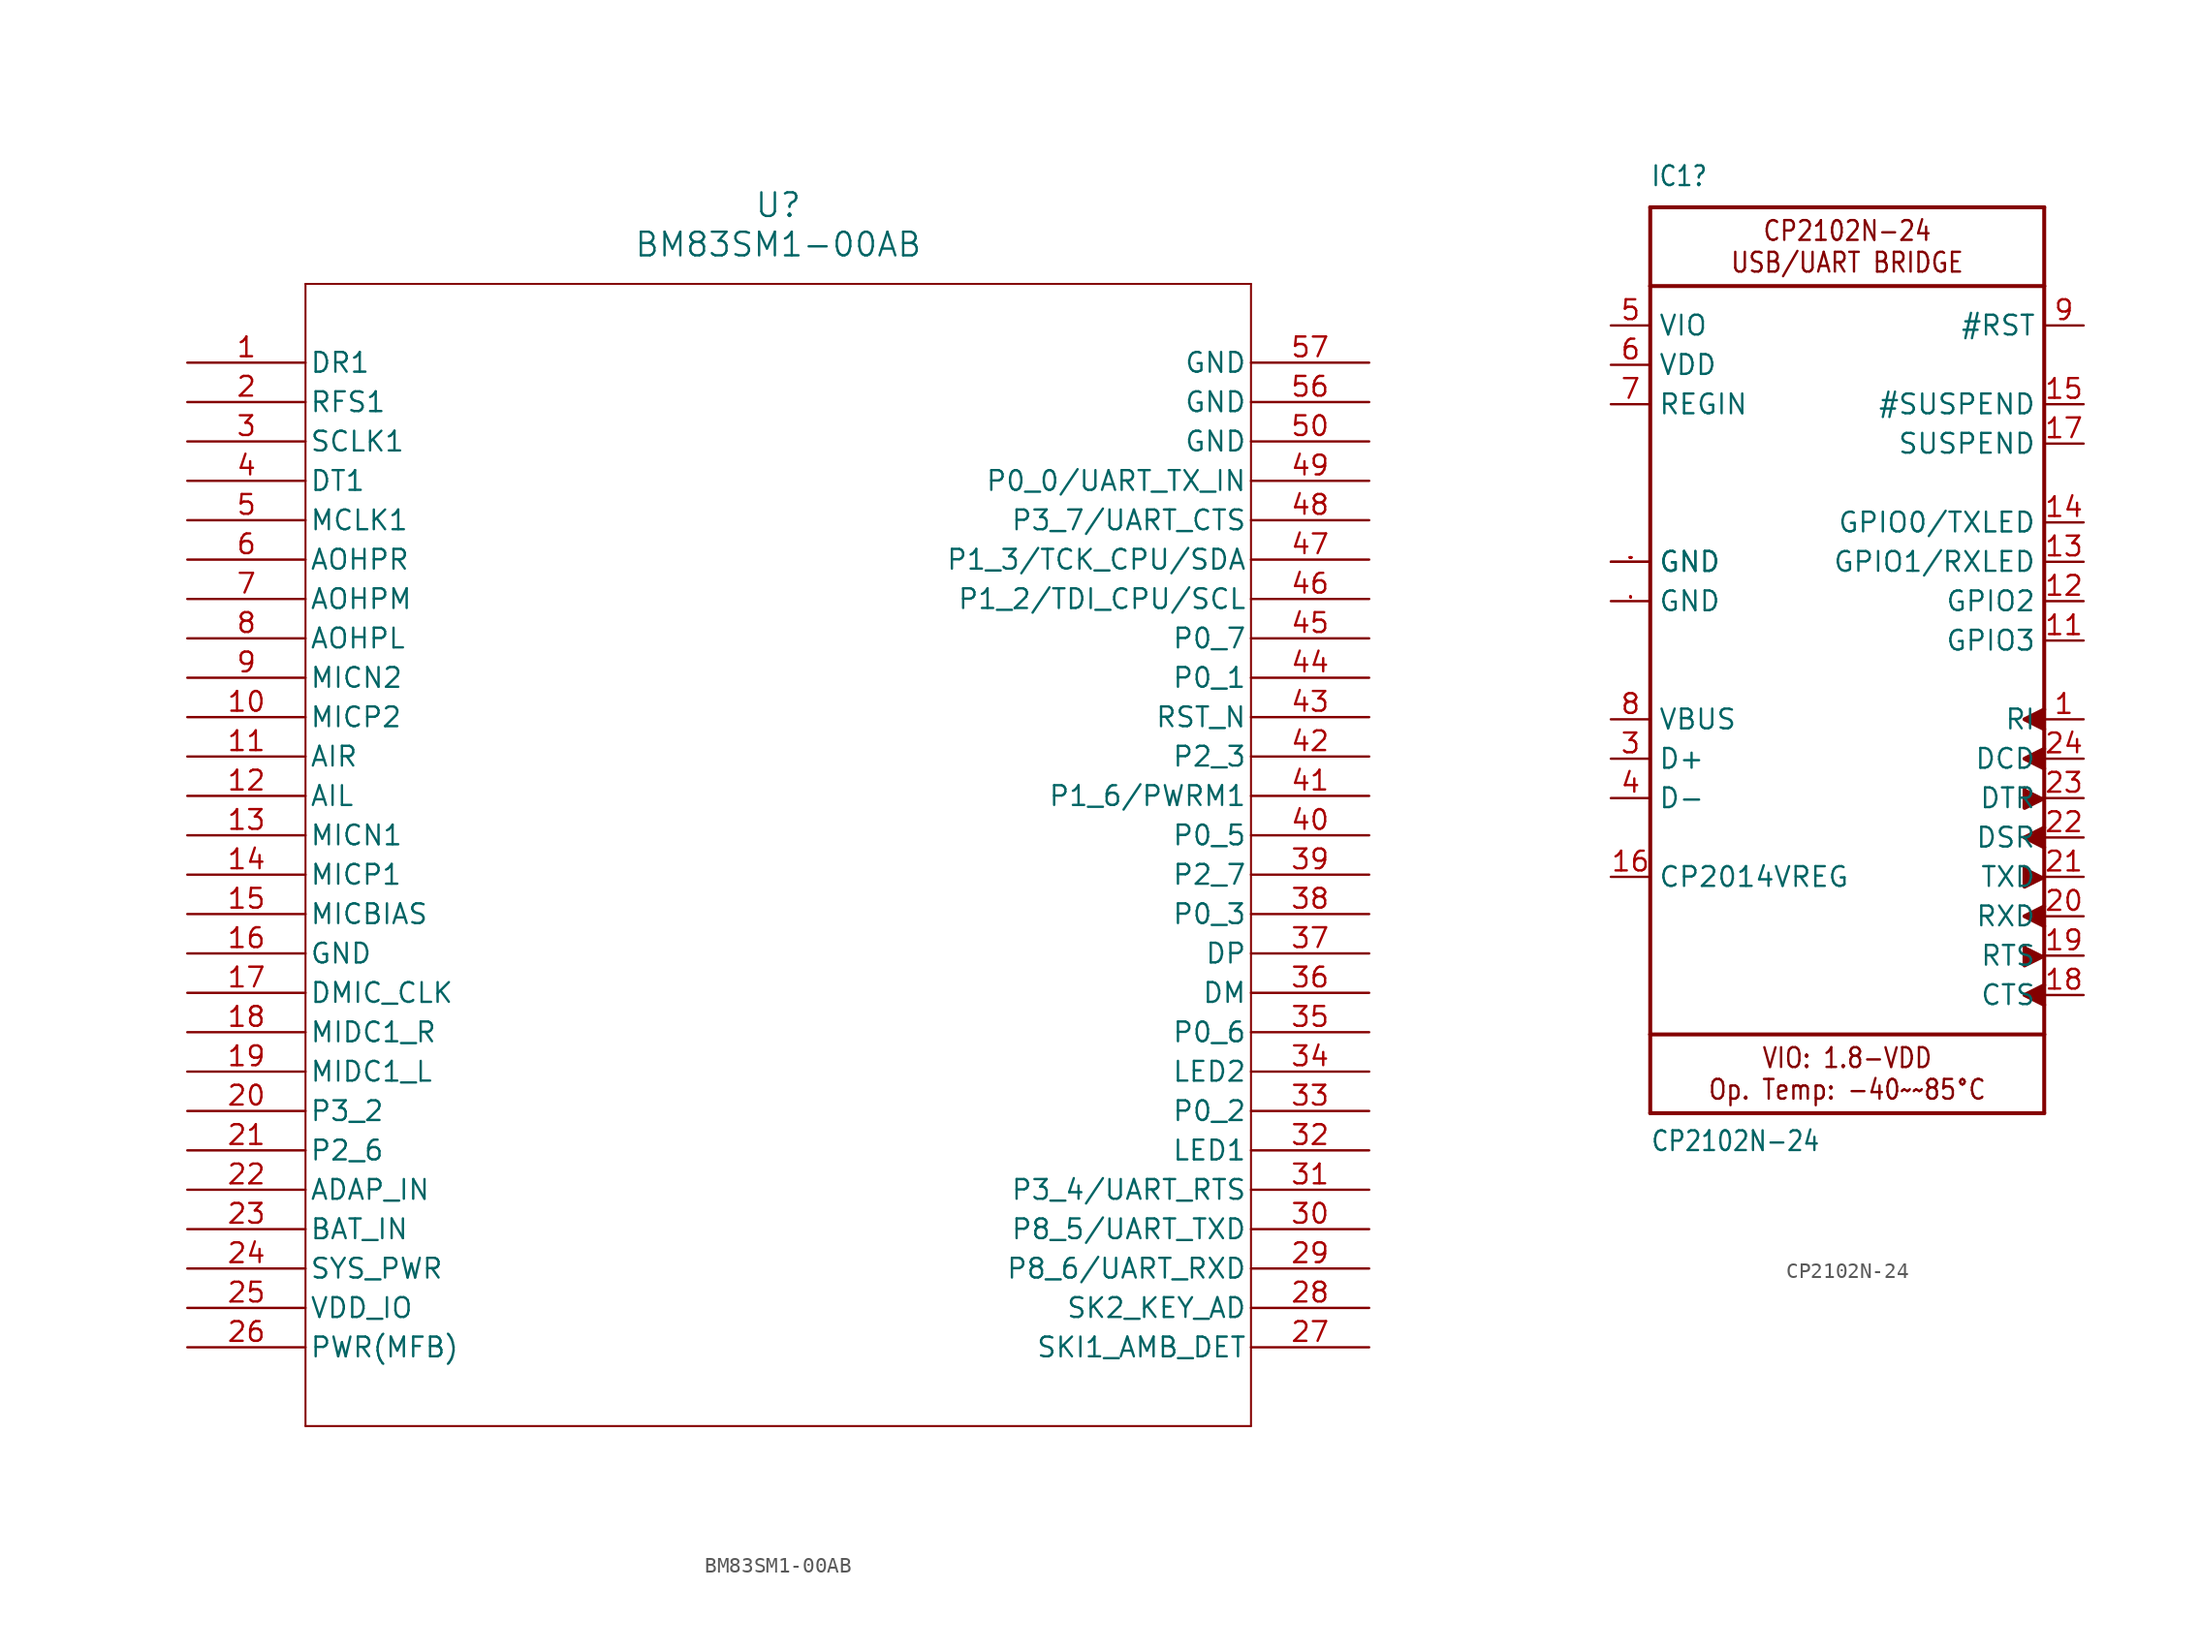
<source format=kicad_sym>
(kicad_symbol_lib
  (version 20241209)
  (generator "kicad_symbol_editor")
  (generator_version "9.0")
  (symbol "BM83SM1-00AB"
    (pin_names
      (offset 0.254))
    (property "Reference" "U"
      (at 38.1 10.16 0)
      (effects (font (size 1.524 1.524))))
    (property "Value" "BM83SM1-00AB"
      (at 38.1 7.62 0)
      (effects (font (size 1.524 1.524))))
    (property "ki_locked" ""
      (at 0 0 0)
      (effects (font (size 1.27 1.27))))
    (symbol "BM83SM1-00AB_0_1"
      (polyline (pts (xy 7.62 5.08) (xy 7.62 -68.58)) (stroke (width 0.127) (type default)) (fill (type none)))
      (polyline (pts (xy 7.62 -68.58) (xy 68.58 -68.58)) (stroke (width 0.127) (type default)) (fill (type none)))
      (polyline (pts (xy 68.58 5.08) (xy 7.62 5.08)) (stroke (width 0.127) (type default)) (fill (type none)))
      (polyline (pts (xy 68.58 -68.58) (xy 68.58 5.08)) (stroke (width 0.127) (type default)) (fill (type none)))
      (pin input line (at 0 0 0) (length 7.62) (name "DR1" (effects (font (size 1.27 1.27)))) (number "1" (effects (font (size 1.27 1.27)))))
      (pin bidirectional line (at 0 -2.54 0) (length 7.62) (name "RFS1" (effects (font (size 1.27 1.27)))) (number "2" (effects (font (size 1.27 1.27)))))
      (pin bidirectional line (at 0 -5.08 0) (length 7.62) (name "SCLK1" (effects (font (size 1.27 1.27)))) (number "3" (effects (font (size 1.27 1.27)))))
      (pin output line (at 0 -7.62 0) (length 7.62) (name "DT1" (effects (font (size 1.27 1.27)))) (number "4" (effects (font (size 1.27 1.27)))))
      (pin output line (at 0 -10.16 0) (length 7.62) (name "MCLK1" (effects (font (size 1.27 1.27)))) (number "5" (effects (font (size 1.27 1.27)))))
      (pin output line (at 0 -12.7 0) (length 7.62) (name "AOHPR" (effects (font (size 1.27 1.27)))) (number "6" (effects (font (size 1.27 1.27)))))
      (pin output line (at 0 -15.24 0) (length 7.62) (name "AOHPM" (effects (font (size 1.27 1.27)))) (number "7" (effects (font (size 1.27 1.27)))))
      (pin output line (at 0 -17.78 0) (length 7.62) (name "AOHPL" (effects (font (size 1.27 1.27)))) (number "8" (effects (font (size 1.27 1.27)))))
      (pin input line (at 0 -20.32 0) (length 7.62) (name "MICN2" (effects (font (size 1.27 1.27)))) (number "9" (effects (font (size 1.27 1.27)))))
      (pin input line (at 0 -22.86 0) (length 7.62) (name "MICP2" (effects (font (size 1.27 1.27)))) (number "10" (effects (font (size 1.27 1.27)))))
      (pin input line (at 0 -25.4 0) (length 7.62) (name "AIR" (effects (font (size 1.27 1.27)))) (number "11" (effects (font (size 1.27 1.27)))))
      (pin input line (at 0 -27.94 0) (length 7.62) (name "AIL" (effects (font (size 1.27 1.27)))) (number "12" (effects (font (size 1.27 1.27)))))
      (pin input line (at 0 -30.48 0) (length 7.62) (name "MICN1" (effects (font (size 1.27 1.27)))) (number "13" (effects (font (size 1.27 1.27)))))
      (pin input line (at 0 -33.02 0) (length 7.62) (name "MICP1" (effects (font (size 1.27 1.27)))) (number "14" (effects (font (size 1.27 1.27)))))
      (pin power_in line (at 0 -35.56 0) (length 7.62) (name "MICBIAS" (effects (font (size 1.27 1.27)))) (number "15" (effects (font (size 1.27 1.27)))))
      (pin power_out line (at 0 -38.1 0) (length 7.62) (name "GND" (effects (font (size 1.27 1.27)))) (number "16" (effects (font (size 1.27 1.27)))))
      (pin output line (at 0 -40.64 0) (length 7.62) (name "DMIC_CLK" (effects (font (size 1.27 1.27)))) (number "17" (effects (font (size 1.27 1.27)))))
      (pin input line (at 0 -43.18 0) (length 7.62) (name "MIDC1_R" (effects (font (size 1.27 1.27)))) (number "18" (effects (font (size 1.27 1.27)))))
      (pin input line (at 0 -45.72 0) (length 7.62) (name "MIDC1_L" (effects (font (size 1.27 1.27)))) (number "19" (effects (font (size 1.27 1.27)))))
      (pin bidirectional line (at 0 -48.26 0) (length 7.62) (name "P3_2" (effects (font (size 1.27 1.27)))) (number "20" (effects (font (size 1.27 1.27)))))
      (pin bidirectional line (at 0 -50.8 0) (length 7.62) (name "P2_6" (effects (font (size 1.27 1.27)))) (number "21" (effects (font (size 1.27 1.27)))))
      (pin power_in line (at 0 -53.34 0) (length 7.62) (name "ADAP_IN" (effects (font (size 1.27 1.27)))) (number "22" (effects (font (size 1.27 1.27)))))
      (pin power_in line (at 0 -55.88 0) (length 7.62) (name "BAT_IN" (effects (font (size 1.27 1.27)))) (number "23" (effects (font (size 1.27 1.27)))))
      (pin power_in line (at 0 -58.42 0) (length 7.62) (name "SYS_PWR" (effects (font (size 1.27 1.27)))) (number "24" (effects (font (size 1.27 1.27)))))
      (pin power_in line (at 0 -60.96 0) (length 7.62) (name "VDD_IO" (effects (font (size 1.27 1.27)))) (number "25" (effects (font (size 1.27 1.27)))))
      (pin input line (at 0 -63.5 0) (length 7.62) (name "PWR(MFB)" (effects (font (size 1.27 1.27)))) (number "26" (effects (font (size 1.27 1.27)))))
      (pin power_out line (at 76.2 0 180) (length 7.62) (name "GND" (effects (font (size 1.27 1.27)))) (number "57" (effects (font (size 1.27 1.27)))))
      (pin power_out line (at 76.2 -2.54 180) (length 7.62) (name "GND" (effects (font (size 1.27 1.27)))) (number "56" (effects (font (size 1.27 1.27)))))
      (pin power_out line (at 76.2 -5.08 180) (length 7.62) (name "GND" (effects (font (size 1.27 1.27)))) (number "50" (effects (font (size 1.27 1.27)))))
      (pin bidirectional line (at 76.2 -7.62 180) (length 7.62) (name "P0_0/UART_TX_IN" (effects (font (size 1.27 1.27)))) (number "49" (effects (font (size 1.27 1.27)))))
      (pin bidirectional line (at 76.2 -10.16 180) (length 7.62) (name "P3_7/UART_CTS" (effects (font (size 1.27 1.27)))) (number "48" (effects (font (size 1.27 1.27)))))
      (pin bidirectional line (at 76.2 -12.7 180) (length 7.62) (name "P1_3/TCK_CPU/SDA" (effects (font (size 1.27 1.27)))) (number "47" (effects (font (size 1.27 1.27)))))
      (pin bidirectional line (at 76.2 -15.24 180) (length 7.62) (name "P1_2/TDI_CPU/SCL" (effects (font (size 1.27 1.27)))) (number "46" (effects (font (size 1.27 1.27)))))
      (pin bidirectional line (at 76.2 -17.78 180) (length 7.62) (name "P0_7" (effects (font (size 1.27 1.27)))) (number "45" (effects (font (size 1.27 1.27)))))
      (pin bidirectional line (at 76.2 -20.32 180) (length 7.62) (name "P0_1" (effects (font (size 1.27 1.27)))) (number "44" (effects (font (size 1.27 1.27)))))
      (pin input line (at 76.2 -22.86 180) (length 7.62) (name "RST_N" (effects (font (size 1.27 1.27)))) (number "43" (effects (font (size 1.27 1.27)))))
      (pin bidirectional line (at 76.2 -25.4 180) (length 7.62) (name "P2_3" (effects (font (size 1.27 1.27)))) (number "42" (effects (font (size 1.27 1.27)))))
      (pin bidirectional line (at 76.2 -27.94 180) (length 7.62) (name "P1_6/PWRM1" (effects (font (size 1.27 1.27)))) (number "41" (effects (font (size 1.27 1.27)))))
      (pin bidirectional line (at 76.2 -30.48 180) (length 7.62) (name "P0_5" (effects (font (size 1.27 1.27)))) (number "40" (effects (font (size 1.27 1.27)))))
      (pin bidirectional line (at 76.2 -33.02 180) (length 7.62) (name "P2_7" (effects (font (size 1.27 1.27)))) (number "39" (effects (font (size 1.27 1.27)))))
      (pin bidirectional line (at 76.2 -35.56 180) (length 7.62) (name "P0_3" (effects (font (size 1.27 1.27)))) (number "38" (effects (font (size 1.27 1.27)))))
      (pin bidirectional line (at 76.2 -38.1 180) (length 7.62) (name "DP" (effects (font (size 1.27 1.27)))) (number "37" (effects (font (size 1.27 1.27)))))
      (pin bidirectional line (at 76.2 -40.64 180) (length 7.62) (name "DM" (effects (font (size 1.27 1.27)))) (number "36" (effects (font (size 1.27 1.27)))))
      (pin bidirectional line (at 76.2 -43.18 180) (length 7.62) (name "P0_6" (effects (font (size 1.27 1.27)))) (number "35" (effects (font (size 1.27 1.27)))))
      (pin input line (at 76.2 -45.72 180) (length 7.62) (name "LED2" (effects (font (size 1.27 1.27)))) (number "34" (effects (font (size 1.27 1.27)))))
      (pin bidirectional line (at 76.2 -48.26 180) (length 7.62) (name "P0_2" (effects (font (size 1.27 1.27)))) (number "33" (effects (font (size 1.27 1.27)))))
      (pin input line (at 76.2 -50.8 180) (length 7.62) (name "LED1" (effects (font (size 1.27 1.27)))) (number "32" (effects (font (size 1.27 1.27)))))
      (pin bidirectional line (at 76.2 -53.34 180) (length 7.62) (name "P3_4/UART_RTS" (effects (font (size 1.27 1.27)))) (number "31" (effects (font (size 1.27 1.27)))))
      (pin bidirectional line (at 76.2 -55.88 180) (length 7.62) (name "P8_5/UART_TXD" (effects (font (size 1.27 1.27)))) (number "30" (effects (font (size 1.27 1.27)))))
      (pin bidirectional line (at 76.2 -58.42 180) (length 7.62) (name "P8_6/UART_RXD" (effects (font (size 1.27 1.27)))) (number "29" (effects (font (size 1.27 1.27)))))
      (pin input line (at 76.2 -60.96 180) (length 7.62) (name "SK2_KEY_AD" (effects (font (size 1.27 1.27)))) (number "28" (effects (font (size 1.27 1.27)))))
      (pin input line (at 76.2 -63.5 180) (length 7.62) (name "SKI1_AMB_DET" (effects (font (size 1.27 1.27)))) (number "27" (effects (font (size 1.27 1.27)))))))
  (symbol "CP2102N-24"
    (property "Reference" "IC1"
      (at -12.7 29.21 0)
      (effects (font (size 1.27 1.079)) (justify left bottom)))
    (property "Value" "CP2102N-24"
      (at -12.7 -33.02 0)
      (effects (font (size 1.27 1.079)) (justify left bottom)))
    (property "ki_locked" ""
      (at 0 0 0)
      (effects (font (size 1.27 1.27))))
    (symbol "CP2102N-24_1_0"
      (polyline (pts (xy -12.7 27.94) (xy 12.7 27.94)) (stroke (width 0.254) (type solid)) (fill (type none)))
      (polyline (pts (xy -12.7 22.86) (xy -12.7 27.94)) (stroke (width 0.254) (type solid)) (fill (type none)))
      (polyline (pts (xy -12.7 22.86) (xy 12.7 22.86)) (stroke (width 0.254) (type solid)) (fill (type none)))
      (polyline (pts (xy -12.7 -25.4) (xy -12.7 22.86)) (stroke (width 0.254) (type solid)) (fill (type none)))
      (polyline (pts (xy -12.7 -25.4) (xy -12.7 -30.48)) (stroke (width 0.254) (type solid)) (fill (type none)))
      (polyline (pts (xy -12.7 -30.48) (xy 12.7 -30.48)) (stroke (width 0.254) (type solid)) (fill (type none)))
      (polyline (pts (xy 11.43 -9.525) (xy 11.43 -10.795) (xy 12.7 -10.16)) (stroke (width 0.254) (type solid)) (fill (type outline)))
      (polyline (pts (xy 11.43 -14.605) (xy 11.43 -15.875) (xy 12.7 -15.24)) (stroke (width 0.254) (type solid)) (fill (type outline)))
      (polyline (pts (xy 11.43 -19.685) (xy 11.43 -20.955) (xy 12.7 -20.32)) (stroke (width 0.254) (type solid)) (fill (type outline)))
      (polyline (pts (xy 12.7 27.94) (xy 12.7 22.86)) (stroke (width 0.254) (type solid)) (fill (type none)))
      (polyline (pts (xy 12.7 22.86) (xy 12.7 -25.4)) (stroke (width 0.254) (type solid)) (fill (type none)))
      (polyline (pts (xy 12.7 -4.445) (xy 11.43 -5.08) (xy 12.7 -5.715)) (stroke (width 0.254) (type solid)) (fill (type outline)))
      (polyline (pts (xy 12.7 -6.985) (xy 11.43 -7.62) (xy 12.7 -8.255)) (stroke (width 0.254) (type solid)) (fill (type outline)))
      (polyline (pts (xy 12.7 -12.065) (xy 11.43 -12.7) (xy 12.7 -13.335)) (stroke (width 0.254) (type solid)) (fill (type outline)))
      (polyline (pts (xy 12.7 -17.145) (xy 11.43 -17.78) (xy 12.7 -18.415)) (stroke (width 0.254) (type solid)) (fill (type outline)))
      (polyline (pts (xy 12.7 -22.225) (xy 11.43 -22.86) (xy 12.7 -23.495)) (stroke (width 0.254) (type solid)) (fill (type outline)))
      (polyline (pts (xy 12.7 -25.4) (xy -12.7 -25.4)) (stroke (width 0.254) (type solid)) (fill (type none)))
      (polyline (pts (xy 12.7 -30.48) (xy 12.7 -25.4)) (stroke (width 0.254) (type solid)) (fill (type none)))
      (text "CP2102N-24\nUSB/UART BRIDGE" (at 0 25.4 0) (effects (font (size 1.27 1.079))))
      (text "VIO: 1.8-VDD\nOp. Temp: -40~~85°C" (at 0 -27.94 0) (effects (font (size 1.27 1.079))))
      (pin power_in line (at -15.24 20.32 0) (length 2.54) (name "VIO" (effects (font (size 1.27 1.27)))) (number "5" (effects (font (size 1.27 1.27)))))
      (pin power_in line (at -15.24 17.78 0) (length 2.54) (name "VDD" (effects (font (size 1.27 1.27)))) (number "6" (effects (font (size 1.27 1.27)))))
      (pin power_in line (at -15.24 15.24 0) (length 2.54) (name "REGIN" (effects (font (size 1.27 1.27)))) (number "7" (effects (font (size 1.27 1.27)))))
      (pin power_in line (at -15.24 5.08 0) (length 2.54) (name "GND" (effects (font (size 1.27 1.27)))) (number "2" (effects (font (size 0.025 0.025)))))
      (pin power_in line (at -15.24 5.08 0) (length 2.54) (name "GND" (effects (font (size 1.27 1.27)))) (number "THERM" (effects (font (size 0.025 0.025)))))
      (pin power_in line (at -15.24 2.54 0) (length 2.54) (name "GND" (effects (font (size 1.27 1.27)))) (number "25" (effects (font (size 0.025 0.025)))))
      (pin power_in line (at -15.24 -5.08 0) (length 2.54) (name "VBUS" (effects (font (size 1.27 1.27)))) (number "8" (effects (font (size 1.27 1.27)))))
      (pin bidirectional line (at -15.24 -7.62 0) (length 2.54) (name "D+" (effects (font (size 1.27 1.27)))) (number "3" (effects (font (size 1.27 1.27)))))
      (pin bidirectional line (at -15.24 -10.16 0) (length 2.54) (name "D-" (effects (font (size 1.27 1.27)))) (number "4" (effects (font (size 1.27 1.27)))))
      (pin passive line (at -15.24 -15.24 0) (length 2.54) (name "CP2014VREG" (effects (font (size 1.27 1.27)))) (number "16" (effects (font (size 1.27 1.27)))))
      (pin bidirectional line (at 15.24 20.32 180) (length 2.54) (name "#RST" (effects (font (size 1.27 1.27)))) (number "9" (effects (font (size 1.27 1.27)))))
      (pin output line (at 15.24 15.24 180) (length 2.54) (name "#SUSPEND" (effects (font (size 1.27 1.27)))) (number "15" (effects (font (size 1.27 1.27)))))
      (pin output line (at 15.24 12.7 180) (length 2.54) (name "SUSPEND" (effects (font (size 1.27 1.27)))) (number "17" (effects (font (size 1.27 1.27)))))
      (pin bidirectional line (at 15.24 7.62 180) (length 2.54) (name "GPIO0/TXLED" (effects (font (size 1.27 1.27)))) (number "14" (effects (font (size 1.27 1.27)))))
      (pin bidirectional line (at 15.24 5.08 180) (length 2.54) (name "GPIO1/RXLED" (effects (font (size 1.27 1.27)))) (number "13" (effects (font (size 1.27 1.27)))))
      (pin bidirectional line (at 15.24 2.54 180) (length 2.54) (name "GPIO2" (effects (font (size 1.27 1.27)))) (number "12" (effects (font (size 1.27 1.27)))))
      (pin bidirectional line (at 15.24 0 180) (length 2.54) (name "GPIO3" (effects (font (size 1.27 1.27)))) (number "11" (effects (font (size 1.27 1.27)))))
      (pin input line (at 15.24 -5.08 180) (length 2.54) (name "RI" (effects (font (size 1.27 1.27)))) (number "1" (effects (font (size 1.27 1.27)))))
      (pin input line (at 15.24 -7.62 180) (length 2.54) (name "DCD" (effects (font (size 1.27 1.27)))) (number "24" (effects (font (size 1.27 1.27)))))
      (pin output line (at 15.24 -10.16 180) (length 2.54) (name "DTR" (effects (font (size 1.27 1.27)))) (number "23" (effects (font (size 1.27 1.27)))))
      (pin input line (at 15.24 -12.7 180) (length 2.54) (name "DSR" (effects (font (size 1.27 1.27)))) (number "22" (effects (font (size 1.27 1.27)))))
      (pin output line (at 15.24 -15.24 180) (length 2.54) (name "TXD" (effects (font (size 1.27 1.27)))) (number "21" (effects (font (size 1.27 1.27)))))
      (pin input line (at 15.24 -17.78 180) (length 2.54) (name "RXD" (effects (font (size 1.27 1.27)))) (number "20" (effects (font (size 1.27 1.27)))))
      (pin output line (at 15.24 -20.32 180) (length 2.54) (name "RTS" (effects (font (size 1.27 1.27)))) (number "19" (effects (font (size 1.27 1.27)))))
      (pin input line (at 15.24 -22.86 180) (length 2.54) (name "CTS" (effects (font (size 1.27 1.27)))) (number "18" (effects (font (size 1.27 1.27))))))))
</source>
